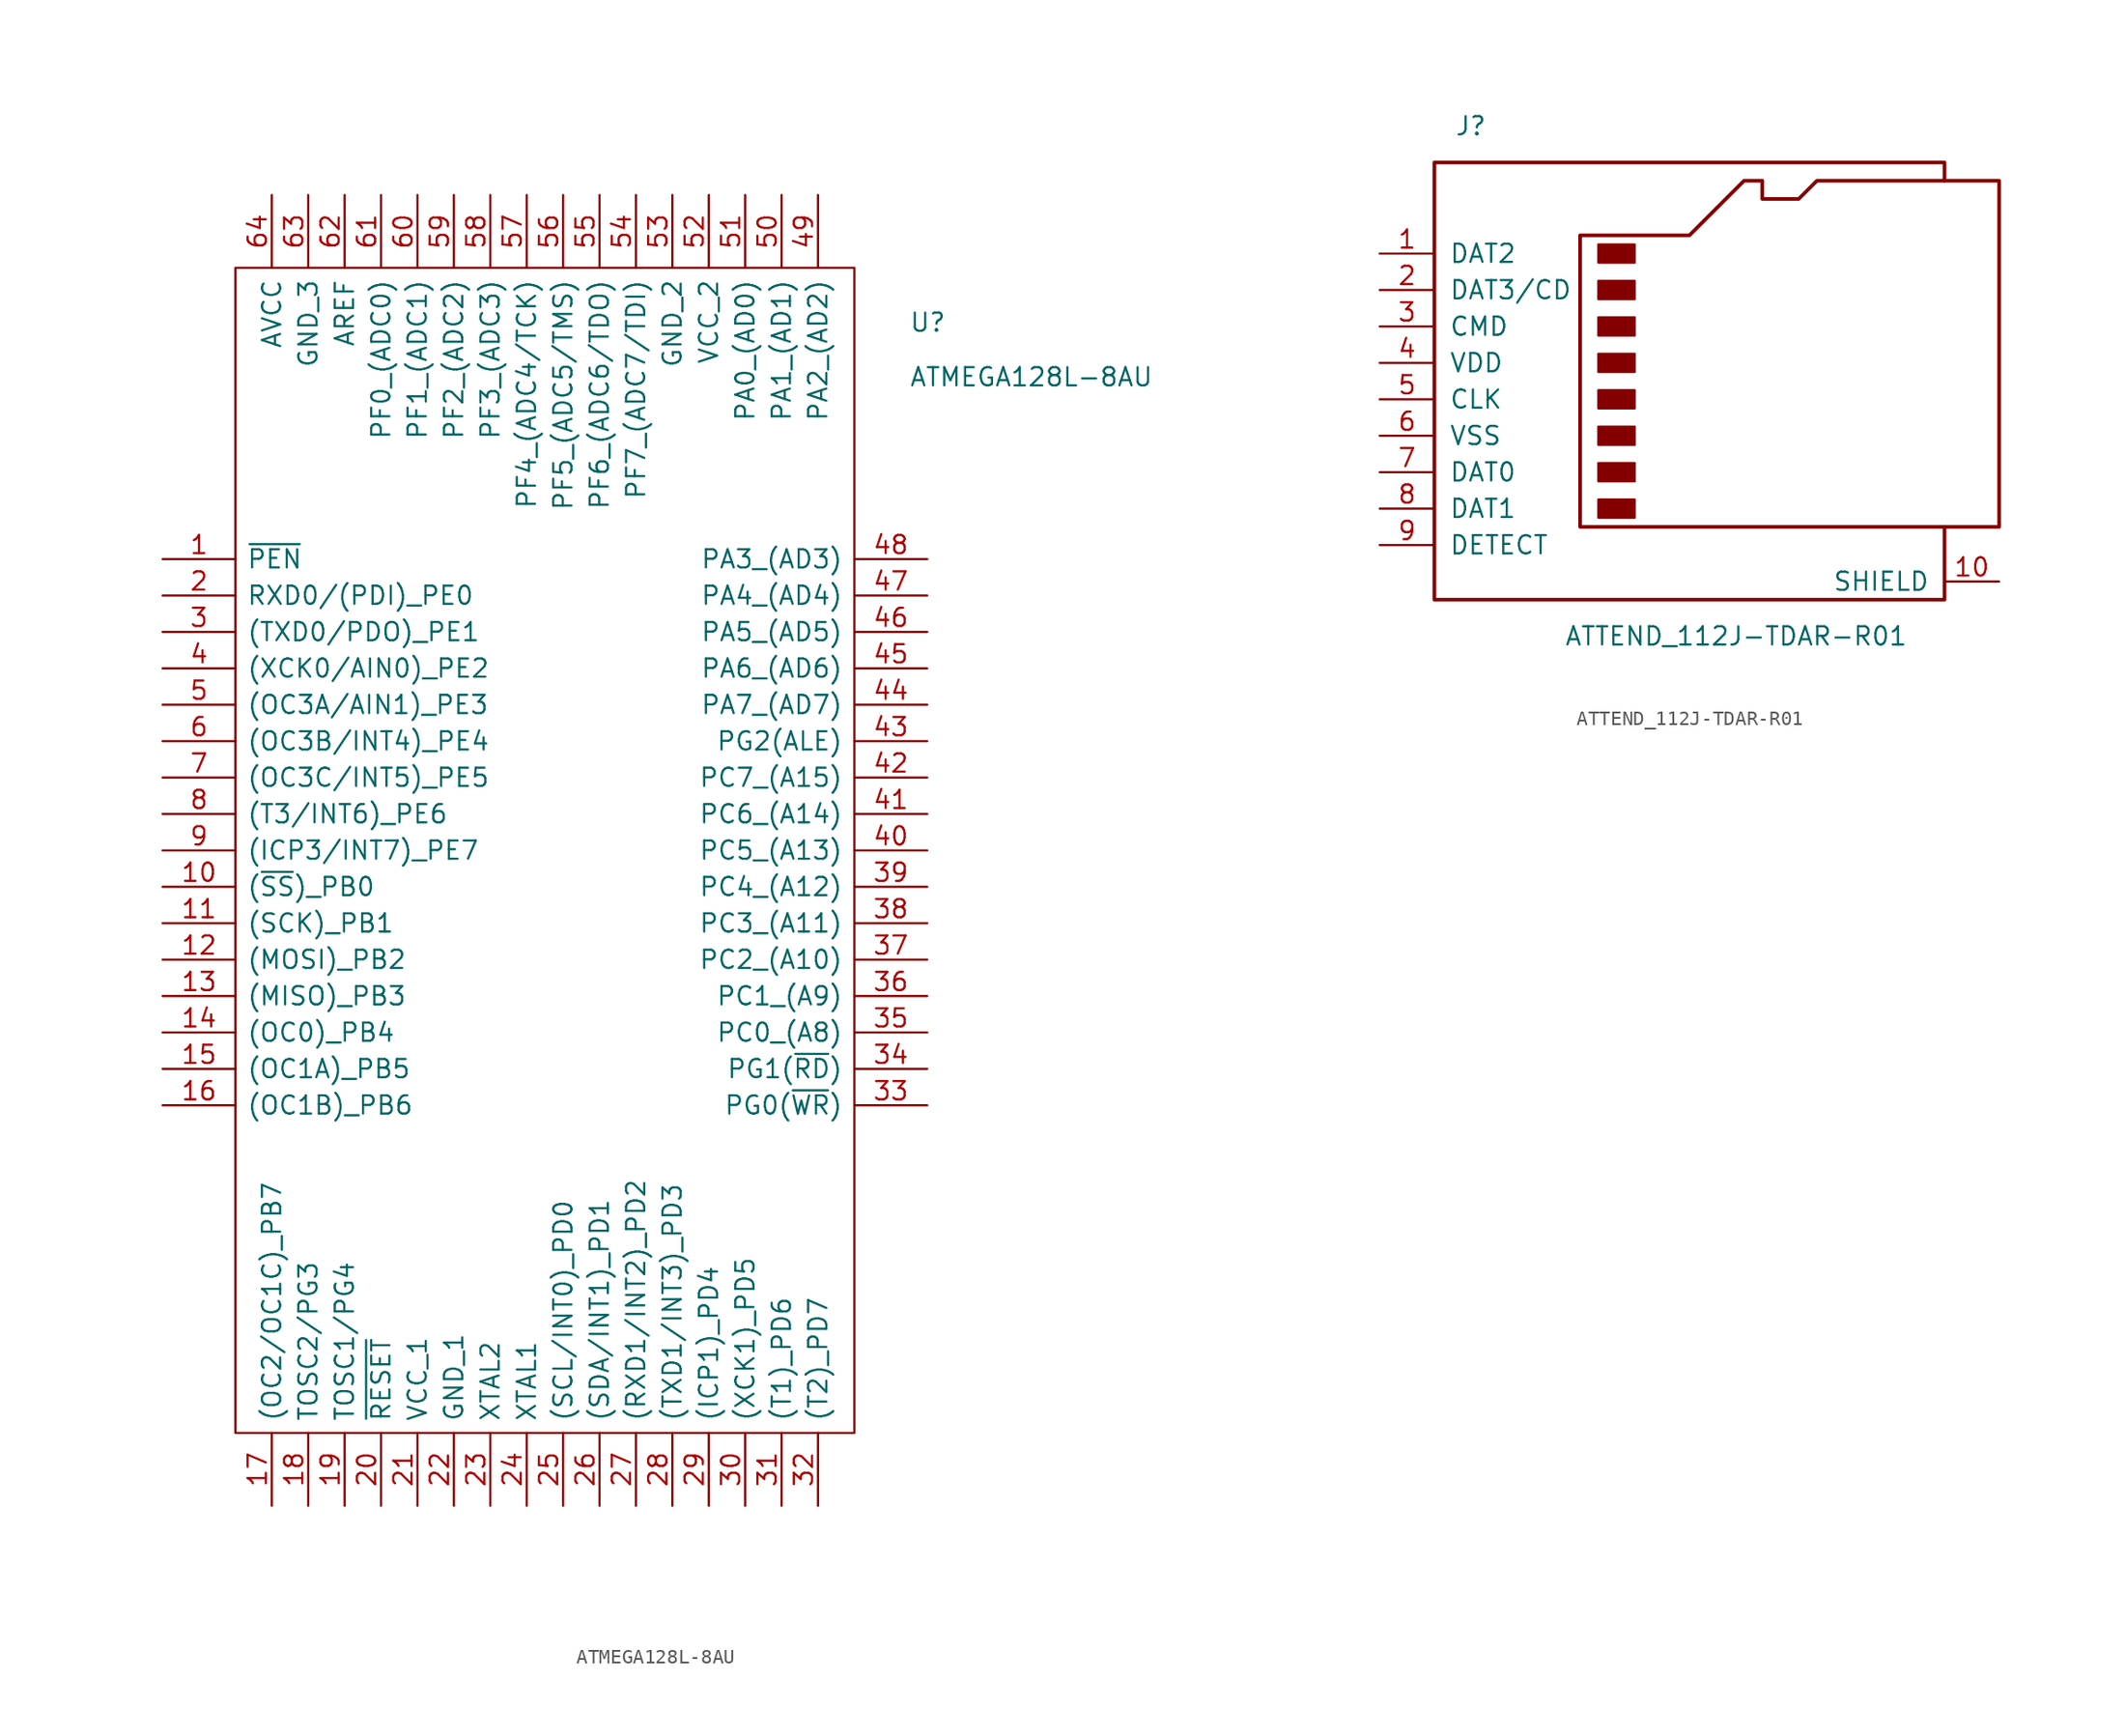
<source format=kicad_sym>
(kicad_symbol_lib
  (version 20231120)
  (generator "kicad_symbol_editor")
  (generator_version "8.0")
  (symbol "ATMEGA128L-8AU"
    (pin_names
      (offset 0.762))
    (property "Reference" "U"
      (at 25.4 35.56 0)
      (effects (font (size 1.27 1.27)) (justify left)))
    (property "Value" "ATMEGA128L-8AU"
      (at 25.4 31.75 0)
      (effects (font (size 1.27 1.27)) (justify left)))
    (symbol "ATMEGA128L-8AU_0_0"
      (pin bidirectional line (at -26.67 19.05 0) (length 5.08) (name "~{PEN}" (effects (font (size 1.27 1.27)))) (number "1" (effects (font (size 1.27 1.27)))))
      (pin bidirectional line (at -26.67 -3.81 0) (length 5.08) (name "(~{SS})_PB0" (effects (font (size 1.27 1.27)))) (number "10" (effects (font (size 1.27 1.27)))))
      (pin bidirectional line (at -26.67 -6.35 0) (length 5.08) (name "(SCK)_PB1" (effects (font (size 1.27 1.27)))) (number "11" (effects (font (size 1.27 1.27)))))
      (pin bidirectional line (at -26.67 -8.89 0) (length 5.08) (name "(MOSI)_PB2" (effects (font (size 1.27 1.27)))) (number "12" (effects (font (size 1.27 1.27)))))
      (pin bidirectional line (at -26.67 -11.43 0) (length 5.08) (name "(MISO)_PB3" (effects (font (size 1.27 1.27)))) (number "13" (effects (font (size 1.27 1.27)))))
      (pin bidirectional line (at -26.67 -13.97 0) (length 5.08) (name "(OC0)_PB4" (effects (font (size 1.27 1.27)))) (number "14" (effects (font (size 1.27 1.27)))))
      (pin bidirectional line (at -26.67 -16.51 0) (length 5.08) (name "(OC1A)_PB5" (effects (font (size 1.27 1.27)))) (number "15" (effects (font (size 1.27 1.27)))))
      (pin bidirectional line (at -26.67 -19.05 0) (length 5.08) (name "(OC1B)_PB6" (effects (font (size 1.27 1.27)))) (number "16" (effects (font (size 1.27 1.27)))))
      (pin bidirectional line (at -19.05 -46.99 90) (length 5.08) (name "(OC2/OC1C)_PB7" (effects (font (size 1.27 1.27)))) (number "17" (effects (font (size 1.27 1.27)))))
      (pin bidirectional line (at -16.51 -46.99 90) (length 5.08) (name "TOSC2/PG3" (effects (font (size 1.27 1.27)))) (number "18" (effects (font (size 1.27 1.27)))))
      (pin bidirectional line (at -13.97 -46.99 90) (length 5.08) (name "TOSC1/PG4" (effects (font (size 1.27 1.27)))) (number "19" (effects (font (size 1.27 1.27)))))
      (pin bidirectional line (at -26.67 16.51 0) (length 5.08) (name "RXD0/(PDI)_PE0" (effects (font (size 1.27 1.27)))) (number "2" (effects (font (size 1.27 1.27)))))
      (pin bidirectional line (at -11.43 -46.99 90) (length 5.08) (name "~{RESET}" (effects (font (size 1.27 1.27)))) (number "20" (effects (font (size 1.27 1.27)))))
      (pin bidirectional line (at -8.89 -46.99 90) (length 5.08) (name "VCC_1" (effects (font (size 1.27 1.27)))) (number "21" (effects (font (size 1.27 1.27)))))
      (pin bidirectional line (at -6.35 -46.99 90) (length 5.08) (name "GND_1" (effects (font (size 1.27 1.27)))) (number "22" (effects (font (size 1.27 1.27)))))
      (pin bidirectional line (at -3.81 -46.99 90) (length 5.08) (name "XTAL2" (effects (font (size 1.27 1.27)))) (number "23" (effects (font (size 1.27 1.27)))))
      (pin bidirectional line (at -1.27 -46.99 90) (length 5.08) (name "XTAL1" (effects (font (size 1.27 1.27)))) (number "24" (effects (font (size 1.27 1.27)))))
      (pin bidirectional line (at 1.27 -46.99 90) (length 5.08) (name "(SCL/INT0)_PD0" (effects (font (size 1.27 1.27)))) (number "25" (effects (font (size 1.27 1.27)))))
      (pin bidirectional line (at 3.81 -46.99 90) (length 5.08) (name "(SDA/INT1)_PD1" (effects (font (size 1.27 1.27)))) (number "26" (effects (font (size 1.27 1.27)))))
      (pin bidirectional line (at 6.35 -46.99 90) (length 5.08) (name "(RXD1/INT2)_PD2" (effects (font (size 1.27 1.27)))) (number "27" (effects (font (size 1.27 1.27)))))
      (pin bidirectional line (at 8.89 -46.99 90) (length 5.08) (name "(TXD1/INT3)_PD3" (effects (font (size 1.27 1.27)))) (number "28" (effects (font (size 1.27 1.27)))))
      (pin bidirectional line (at 11.43 -46.99 90) (length 5.08) (name "(ICP1)_PD4" (effects (font (size 1.27 1.27)))) (number "29" (effects (font (size 1.27 1.27)))))
      (pin bidirectional line (at -26.67 13.97 0) (length 5.08) (name "(TXD0/PDO)_PE1" (effects (font (size 1.27 1.27)))) (number "3" (effects (font (size 1.27 1.27)))))
      (pin bidirectional line (at 13.97 -46.99 90) (length 5.08) (name "(XCK1)_PD5" (effects (font (size 1.27 1.27)))) (number "30" (effects (font (size 1.27 1.27)))))
      (pin bidirectional line (at 16.51 -46.99 90) (length 5.08) (name "(T1)_PD6" (effects (font (size 1.27 1.27)))) (number "31" (effects (font (size 1.27 1.27)))))
      (pin bidirectional line (at 19.05 -46.99 90) (length 5.08) (name "(T2)_PD7" (effects (font (size 1.27 1.27)))) (number "32" (effects (font (size 1.27 1.27)))))
      (pin bidirectional line (at 26.67 -19.05 180) (length 5.08) (name "PG0(~{WR})" (effects (font (size 1.27 1.27)))) (number "33" (effects (font (size 1.27 1.27)))))
      (pin bidirectional line (at 26.67 -16.51 180) (length 5.08) (name "PG1(~{RD})" (effects (font (size 1.27 1.27)))) (number "34" (effects (font (size 1.27 1.27)))))
      (pin bidirectional line (at 26.67 -13.97 180) (length 5.08) (name "PC0_(A8)" (effects (font (size 1.27 1.27)))) (number "35" (effects (font (size 1.27 1.27)))))
      (pin bidirectional line (at 26.67 -11.43 180) (length 5.08) (name "PC1_(A9)" (effects (font (size 1.27 1.27)))) (number "36" (effects (font (size 1.27 1.27)))))
      (pin bidirectional line (at 26.67 -8.89 180) (length 5.08) (name "PC2_(A10)" (effects (font (size 1.27 1.27)))) (number "37" (effects (font (size 1.27 1.27)))))
      (pin bidirectional line (at 26.67 -6.35 180) (length 5.08) (name "PC3_(A11)" (effects (font (size 1.27 1.27)))) (number "38" (effects (font (size 1.27 1.27)))))
      (pin bidirectional line (at 26.67 -3.81 180) (length 5.08) (name "PC4_(A12)" (effects (font (size 1.27 1.27)))) (number "39" (effects (font (size 1.27 1.27)))))
      (pin bidirectional line (at -26.67 11.43 0) (length 5.08) (name "(XCK0/AIN0)_PE2" (effects (font (size 1.27 1.27)))) (number "4" (effects (font (size 1.27 1.27)))))
      (pin bidirectional line (at 26.67 -1.27 180) (length 5.08) (name "PC5_(A13)" (effects (font (size 1.27 1.27)))) (number "40" (effects (font (size 1.27 1.27)))))
      (pin bidirectional line (at 26.67 1.27 180) (length 5.08) (name "PC6_(A14)" (effects (font (size 1.27 1.27)))) (number "41" (effects (font (size 1.27 1.27)))))
      (pin bidirectional line (at 26.67 3.81 180) (length 5.08) (name "PC7_(A15)" (effects (font (size 1.27 1.27)))) (number "42" (effects (font (size 1.27 1.27)))))
      (pin bidirectional line (at 26.67 6.35 180) (length 5.08) (name "PG2(ALE)" (effects (font (size 1.27 1.27)))) (number "43" (effects (font (size 1.27 1.27)))))
      (pin bidirectional line (at 26.67 8.89 180) (length 5.08) (name "PA7_(AD7)" (effects (font (size 1.27 1.27)))) (number "44" (effects (font (size 1.27 1.27)))))
      (pin bidirectional line (at 26.67 11.43 180) (length 5.08) (name "PA6_(AD6)" (effects (font (size 1.27 1.27)))) (number "45" (effects (font (size 1.27 1.27)))))
      (pin bidirectional line (at 26.67 13.97 180) (length 5.08) (name "PA5_(AD5)" (effects (font (size 1.27 1.27)))) (number "46" (effects (font (size 1.27 1.27)))))
      (pin bidirectional line (at 26.67 16.51 180) (length 5.08) (name "PA4_(AD4)" (effects (font (size 1.27 1.27)))) (number "47" (effects (font (size 1.27 1.27)))))
      (pin bidirectional line (at 26.67 19.05 180) (length 5.08) (name "PA3_(AD3)" (effects (font (size 1.27 1.27)))) (number "48" (effects (font (size 1.27 1.27)))))
      (pin bidirectional line (at 19.05 44.45 270) (length 5.08) (name "PA2_(AD2)" (effects (font (size 1.27 1.27)))) (number "49" (effects (font (size 1.27 1.27)))))
      (pin bidirectional line (at -26.67 8.89 0) (length 5.08) (name "(OC3A/AIN1)_PE3" (effects (font (size 1.27 1.27)))) (number "5" (effects (font (size 1.27 1.27)))))
      (pin bidirectional line (at 16.51 44.45 270) (length 5.08) (name "PA1_(AD1)" (effects (font (size 1.27 1.27)))) (number "50" (effects (font (size 1.27 1.27)))))
      (pin bidirectional line (at 13.97 44.45 270) (length 5.08) (name "PA0_(AD0)" (effects (font (size 1.27 1.27)))) (number "51" (effects (font (size 1.27 1.27)))))
      (pin bidirectional line (at 11.43 44.45 270) (length 5.08) (name "VCC_2" (effects (font (size 1.27 1.27)))) (number "52" (effects (font (size 1.27 1.27)))))
      (pin bidirectional line (at 8.89 44.45 270) (length 5.08) (name "GND_2" (effects (font (size 1.27 1.27)))) (number "53" (effects (font (size 1.27 1.27)))))
      (pin bidirectional line (at 6.35 44.45 270) (length 5.08) (name "PF7_(ADC7/TDI)" (effects (font (size 1.27 1.27)))) (number "54" (effects (font (size 1.27 1.27)))))
      (pin bidirectional line (at 3.81 44.45 270) (length 5.08) (name "PF6_(ADC6/TDO)" (effects (font (size 1.27 1.27)))) (number "55" (effects (font (size 1.27 1.27)))))
      (pin bidirectional line (at 1.27 44.45 270) (length 5.08) (name "PF5_(ADC5/TMS)" (effects (font (size 1.27 1.27)))) (number "56" (effects (font (size 1.27 1.27)))))
      (pin bidirectional line (at -1.27 44.45 270) (length 5.08) (name "PF4_(ADC4/TCK)" (effects (font (size 1.27 1.27)))) (number "57" (effects (font (size 1.27 1.27)))))
      (pin bidirectional line (at -3.81 44.45 270) (length 5.08) (name "PF3_(ADC3)" (effects (font (size 1.27 1.27)))) (number "58" (effects (font (size 1.27 1.27)))))
      (pin bidirectional line (at -6.35 44.45 270) (length 5.08) (name "PF2_(ADC2)" (effects (font (size 1.27 1.27)))) (number "59" (effects (font (size 1.27 1.27)))))
      (pin bidirectional line (at -26.67 6.35 0) (length 5.08) (name "(OC3B/INT4)_PE4" (effects (font (size 1.27 1.27)))) (number "6" (effects (font (size 1.27 1.27)))))
      (pin bidirectional line (at -8.89 44.45 270) (length 5.08) (name "PF1_(ADC1)" (effects (font (size 1.27 1.27)))) (number "60" (effects (font (size 1.27 1.27)))))
      (pin bidirectional line (at -11.43 44.45 270) (length 5.08) (name "PF0_(ADC0)" (effects (font (size 1.27 1.27)))) (number "61" (effects (font (size 1.27 1.27)))))
      (pin bidirectional line (at -13.97 44.45 270) (length 5.08) (name "AREF" (effects (font (size 1.27 1.27)))) (number "62" (effects (font (size 1.27 1.27)))))
      (pin bidirectional line (at -16.51 44.45 270) (length 5.08) (name "GND_3" (effects (font (size 1.27 1.27)))) (number "63" (effects (font (size 1.27 1.27)))))
      (pin bidirectional line (at -19.05 44.45 270) (length 5.08) (name "AVCC" (effects (font (size 1.27 1.27)))) (number "64" (effects (font (size 1.27 1.27)))))
      (pin bidirectional line (at -26.67 3.81 0) (length 5.08) (name "(OC3C/INT5)_PE5" (effects (font (size 1.27 1.27)))) (number "7" (effects (font (size 1.27 1.27)))))
      (pin bidirectional line (at -26.67 1.27 0) (length 5.08) (name "(T3/INT6)_PE6" (effects (font (size 1.27 1.27)))) (number "8" (effects (font (size 1.27 1.27)))))
      (pin bidirectional line (at -26.67 -1.27 0) (length 5.08) (name "(ICP3/INT7)_PE7" (effects (font (size 1.27 1.27)))) (number "9" (effects (font (size 1.27 1.27))))))
    (symbol "ATMEGA128L-8AU_0_1"
      (polyline (pts (xy -21.59 39.37) (xy 21.59 39.37) (xy 21.59 -41.91) (xy -21.59 -41.91) (xy -21.59 39.37)) (stroke (width 0.152) (type solid)) (fill (type none)))))
  (symbol "ATTEND_112J-TDAR-R01"
    (pin_names
      (offset 1.016))
    (property "Reference" "J"
      (at -16.51 16.51 0)
      (effects (font (size 1.27 1.27))))
    (property "Value" "ATTEND_112J-TDAR-R01"
      (at 13.97 -19.05 0)
      (effects (font (size 1.27 1.27)) (justify right)))
    (symbol "ATTEND_112J-TDAR-R01_0_1"
      (rectangle (start -7.62 -9.525) (end -5.08 -10.795) (stroke (width 0) (type solid)) (fill (type outline)))
      (rectangle (start -7.62 -6.985) (end -5.08 -8.255) (stroke (width 0) (type solid)) (fill (type outline)))
      (rectangle (start -7.62 -4.445) (end -5.08 -5.715) (stroke (width 0) (type solid)) (fill (type outline)))
      (rectangle (start -7.62 -1.905) (end -5.08 -3.175) (stroke (width 0) (type solid)) (fill (type outline)))
      (rectangle (start -7.62 0.635) (end -5.08 -0.635) (stroke (width 0) (type solid)) (fill (type outline)))
      (rectangle (start -7.62 3.175) (end -5.08 1.905) (stroke (width 0) (type solid)) (fill (type outline)))
      (rectangle (start -7.62 5.715) (end -5.08 4.445) (stroke (width 0) (type solid)) (fill (type outline)))
      (rectangle (start -7.62 8.255) (end -5.08 6.985) (stroke (width 0) (type solid)) (fill (type outline)))
      (polyline (pts (xy 16.51 12.7) (xy 16.51 13.97) (xy -19.05 13.97) (xy -19.05 -16.51) (xy 16.51 -16.51) (xy 16.51 -11.43)) (stroke (width 0.254) (type solid)) (fill (type none)))
      (polyline (pts (xy -8.89 -11.43) (xy -8.89 8.89) (xy -1.27 8.89) (xy 2.54 12.7) (xy 3.81 12.7) (xy 3.81 11.43) (xy 6.35 11.43) (xy 7.62 12.7) (xy 20.32 12.7) (xy 20.32 -11.43) (xy -8.89 -11.43)) (stroke (width 0.254) (type solid)) (fill (type none))))
    (symbol "ATTEND_112J-TDAR-R01_1_1"
      (pin bidirectional line (at -22.86 7.62 0) (length 3.81) (name "DAT2" (effects (font (size 1.27 1.27)))) (number "1" (effects (font (size 1.27 1.27)))))
      (pin passive line (at 20.32 -15.24 180) (length 3.81) (name "SHIELD" (effects (font (size 1.27 1.27)))) (number "10" (effects (font (size 1.27 1.27)))))
      (pin bidirectional line (at -22.86 5.08 0) (length 3.81) (name "DAT3/CD" (effects (font (size 1.27 1.27)))) (number "2" (effects (font (size 1.27 1.27)))))
      (pin input line (at -22.86 2.54 0) (length 3.81) (name "CMD" (effects (font (size 1.27 1.27)))) (number "3" (effects (font (size 1.27 1.27)))))
      (pin power_in line (at -22.86 0 0) (length 3.81) (name "VDD" (effects (font (size 1.27 1.27)))) (number "4" (effects (font (size 1.27 1.27)))))
      (pin input line (at -22.86 -2.54 0) (length 3.81) (name "CLK" (effects (font (size 1.27 1.27)))) (number "5" (effects (font (size 1.27 1.27)))))
      (pin power_in line (at -22.86 -5.08 0) (length 3.81) (name "VSS" (effects (font (size 1.27 1.27)))) (number "6" (effects (font (size 1.27 1.27)))))
      (pin input line (at -22.86 -7.62 0) (length 3.81) (name "DAT0" (effects (font (size 1.27 1.27)))) (number "7" (effects (font (size 1.27 1.27)))))
      (pin input line (at -22.86 -10.16 0) (length 3.81) (name "DAT1" (effects (font (size 1.27 1.27)))) (number "8" (effects (font (size 1.27 1.27)))))
      (pin input line (at -22.86 -12.7 0) (length 3.81) (name "DETECT" (effects (font (size 1.27 1.27)))) (number "9" (effects (font (size 1.27 1.27))))))))
</source>
